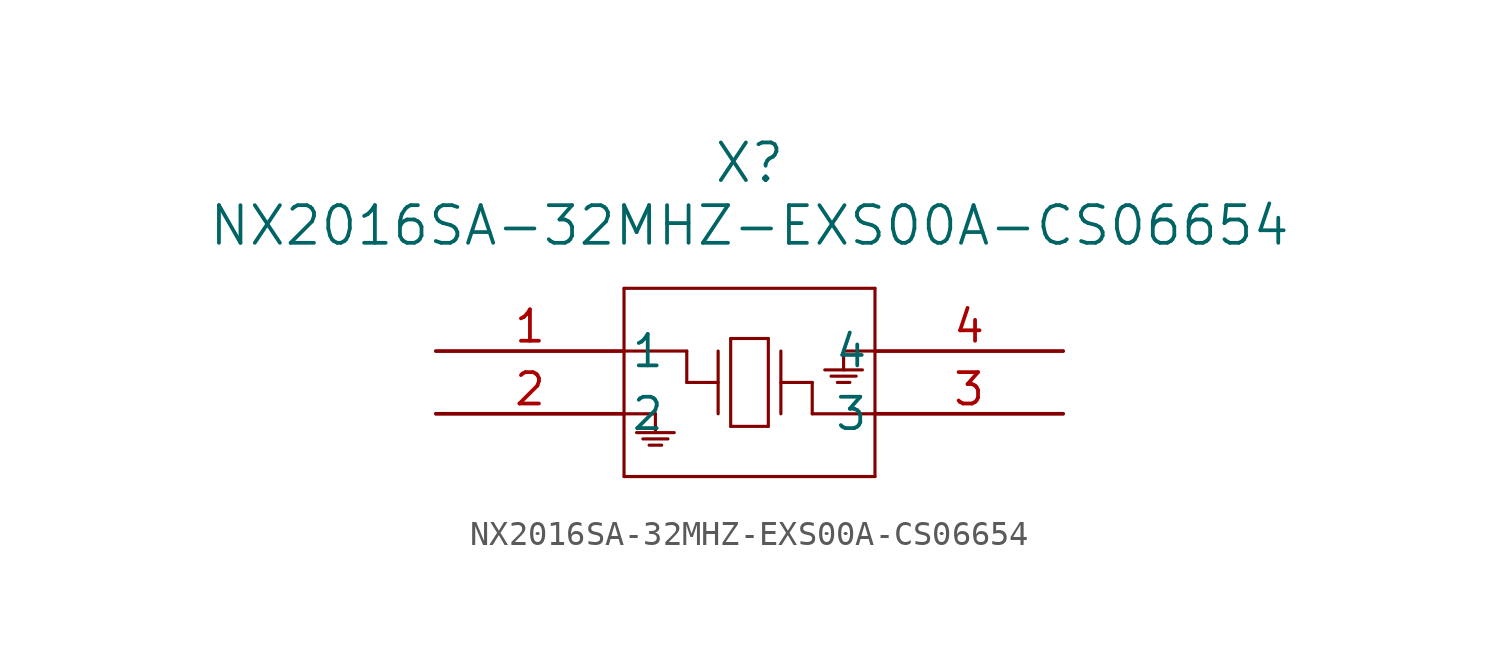
<source format=kicad_sym>
(kicad_symbol_lib
  (version 20211014)
  (generator kicad_symbol_editor)
  (symbol "NX2016SA-32MHZ-EXS00A-CS06654"
    (pin_names
      (offset 0.254))
    (property "Reference" "X"
      (at 12.7 7.62 0)
      (effects (font (size 1.524 1.524))))
    (property "Value" "NX2016SA-32MHZ-EXS00A-CS06654"
      (at 12.7 5.08 0)
      (effects (font (size 1.524 1.524))))
    (symbol "NX2016SA-32MHZ-EXS00A-CS06654_0_1"
      (polyline (pts (xy 7.62 2.54) (xy 7.62 -5.08)) (stroke (width 0.127) (type default) (color 0 0 0 0)) (fill (type none)))
      (polyline (pts (xy 7.62 -5.08) (xy 17.78 -5.08)) (stroke (width 0.127) (type default) (color 0 0 0 0)) (fill (type none)))
      (polyline (pts (xy 17.78 -5.08) (xy 17.78 2.54)) (stroke (width 0.127) (type default) (color 0 0 0 0)) (fill (type none)))
      (polyline (pts (xy 17.78 2.54) (xy 7.62 2.54)) (stroke (width 0.127) (type default) (color 0 0 0 0)) (fill (type none)))
      (polyline (pts (xy 11.43 0) (xy 11.43 -2.54)) (stroke (width 0.127) (type default) (color 0 0 0 0)) (fill (type none)))
      (polyline (pts (xy 11.43 -1.27) (xy 10.16 -1.27)) (stroke (width 0.127) (type default) (color 0 0 0 0)) (fill (type none)))
      (polyline (pts (xy 10.16 -1.27) (xy 10.16 0)) (stroke (width 0.127) (type default) (color 0 0 0 0)) (fill (type none)))
      (polyline (pts (xy 10.16 0) (xy 7.62 0)) (stroke (width 0.127) (type default) (color 0 0 0 0)) (fill (type none)))
      (polyline (pts (xy 13.97 0) (xy 13.97 -2.54)) (stroke (width 0.127) (type default) (color 0 0 0 0)) (fill (type none)))
      (polyline (pts (xy 13.97 -1.27) (xy 15.24 -1.27)) (stroke (width 0.127) (type default) (color 0 0 0 0)) (fill (type none)))
      (polyline (pts (xy 15.24 -1.27) (xy 15.24 -2.54)) (stroke (width 0.127) (type default) (color 0 0 0 0)) (fill (type none)))
      (polyline (pts (xy 15.24 -2.54) (xy 17.78 -2.54)) (stroke (width 0.127) (type default) (color 0 0 0 0)) (fill (type none)))
      (polyline (pts (xy 11.938 0.508) (xy 11.938 -3.048)) (stroke (width 0.127) (type default) (color 0 0 0 0)) (fill (type none)))
      (polyline (pts (xy 11.938 -3.048) (xy 13.462 -3.048)) (stroke (width 0.127) (type default) (color 0 0 0 0)) (fill (type none)))
      (polyline (pts (xy 13.462 -3.048) (xy 13.462 0.508)) (stroke (width 0.127) (type default) (color 0 0 0 0)) (fill (type none)))
      (polyline (pts (xy 13.462 0.508) (xy 11.938 0.508)) (stroke (width 0.127) (type default) (color 0 0 0 0)) (fill (type none)))
      (polyline (pts (xy 7.62 -2.54) (xy 8.89 -2.54)) (stroke (width 0.127) (type default) (color 0 0 0 0)) (fill (type none)))
      (polyline (pts (xy 8.89 -2.54) (xy 8.89 -3.302)) (stroke (width 0.127) (type default) (color 0 0 0 0)) (fill (type none)))
      (polyline (pts (xy 8.636 -3.81) (xy 9.144 -3.81)) (stroke (width 0.127) (type default) (color 0 0 0 0)) (fill (type none)))
      (polyline (pts (xy 8.382 -3.556) (xy 9.398 -3.556)) (stroke (width 0.127) (type default) (color 0 0 0 0)) (fill (type none)))
      (polyline (pts (xy 8.128 -3.302) (xy 9.652 -3.302)) (stroke (width 0.127) (type default) (color 0 0 0 0)) (fill (type none)))
      (polyline (pts (xy 17.78 0) (xy 16.51 0)) (stroke (width 0.127) (type default) (color 0 0 0 0)) (fill (type none)))
      (polyline (pts (xy 16.51 0) (xy 16.51 -0.762)) (stroke (width 0.127) (type default) (color 0 0 0 0)) (fill (type none)))
      (polyline (pts (xy 16.764 -1.27) (xy 16.256 -1.27)) (stroke (width 0.127) (type default) (color 0 0 0 0)) (fill (type none)))
      (polyline (pts (xy 17.018 -1.016) (xy 16.002 -1.016)) (stroke (width 0.127) (type default) (color 0 0 0 0)) (fill (type none)))
      (polyline (pts (xy 17.272 -0.762) (xy 15.748 -0.762)) (stroke (width 0.127) (type default) (color 0 0 0 0)) (fill (type none)))
      (pin unspecified line (at 0 0 0) (length 7.62) (name "1" (effects (font (size 1.27 1.27)))) (number "1" (effects (font (size 1.27 1.27)))))
      (pin unspecified line (at 0 -2.54 0) (length 7.62) (name "2" (effects (font (size 1.27 1.27)))) (number "2" (effects (font (size 1.27 1.27)))))
      (pin unspecified line (at 25.4 -2.54 180) (length 7.62) (name "3" (effects (font (size 1.27 1.27)))) (number "3" (effects (font (size 1.27 1.27)))))
      (pin unspecified line (at 25.4 0 180) (length 7.62) (name "4" (effects (font (size 1.27 1.27)))) (number "4" (effects (font (size 1.27 1.27))))))))
</source>
